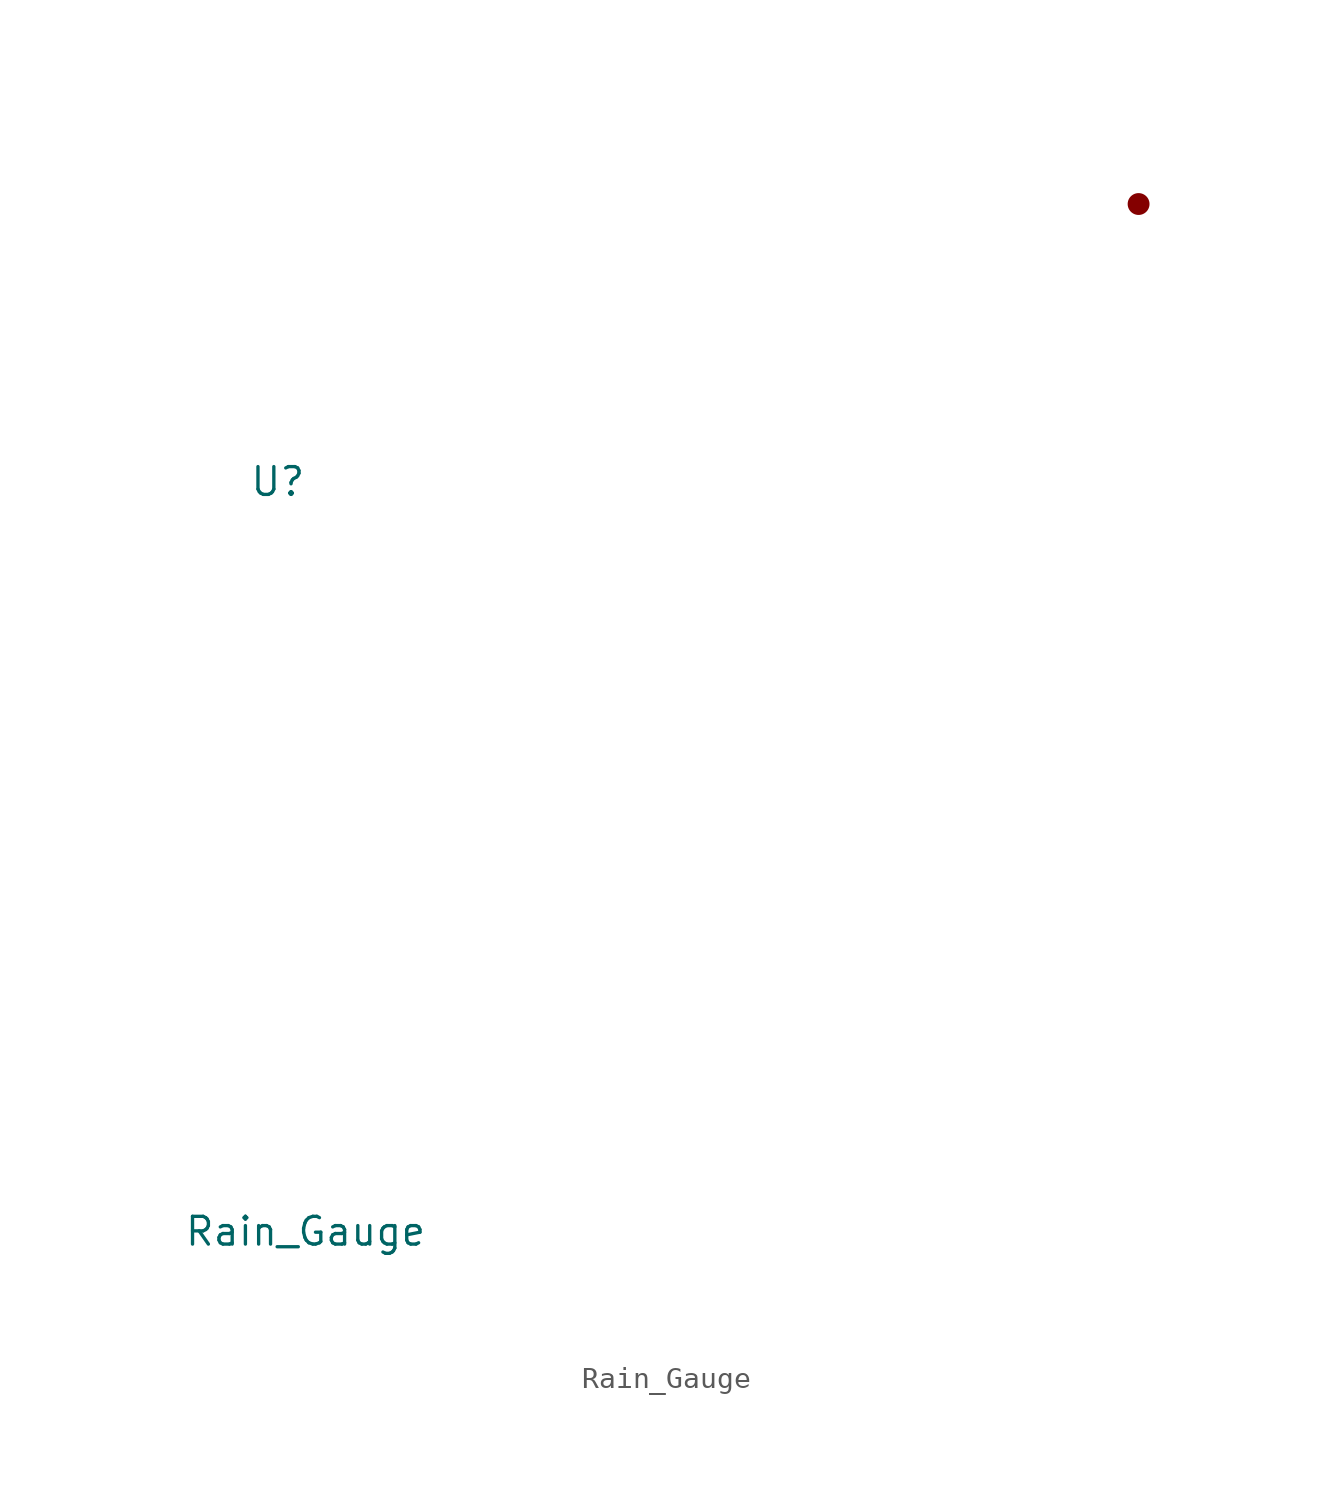
<source format=kicad_sym>
(kicad_symbol_lib
  (version 20211014)
  (generator kicad_symbol_editor)
  (symbol "Rain_Gauge"
    (property "Reference" "U"
      (at 0 20.32 0)
      (effects (font (size 1.27 1.27))))
    (property "Value" "Rain_Gauge"
      (at 1.27 -13.97 0)
      (effects (font (size 1.27 1.27))))
    (symbol "Rain_Gauge_0_1"
      (rectangle (start 39.37 33.02) (end 39.37 33.02) (stroke (width 0) (type default) (color 0 0 0 0)) (fill (type none)))
      (rectangle (start 39.37 33.02) (end 39.37 33.02) (stroke (width 0) (type default) (color 0 0 0 0)) (fill (type none)))
      (rectangle (start 39.37 33.02) (end 39.37 33.02) (stroke (width 0) (type default) (color 0 0 0 0)) (fill (type none)))
      (rectangle (start 39.37 33.02) (end 39.37 33.02) (stroke (width 0) (type default) (color 0 0 0 0)) (fill (type none)))
      (rectangle (start 39.37 33.02) (end 39.37 33.02) (stroke (width 0) (type default) (color 0 0 0 0)) (fill (type none)))
      (rectangle (start 39.37 33.02) (end 39.37 33.02) (stroke (width 0) (type default) (color 0 0 0 0)) (fill (type none)))
      (rectangle (start 39.37 33.02) (end 39.37 33.02) (stroke (width 0) (type default) (color 0 0 0 0)) (fill (type none)))
      (rectangle (start 39.37 33.02) (end 39.37 33.02) (stroke (width 0) (type default) (color 0 0 0 0)) (fill (type none)))
      (rectangle (start 39.37 33.02) (end 39.37 33.02) (stroke (width 0) (type default) (color 0 0 0 0)) (fill (type none)))
      (rectangle (start 39.37 33.02) (end 39.37 33.02) (stroke (width 0) (type default) (color 0 0 0 0)) (fill (type none)))
      (rectangle (start 39.37 33.02) (end 39.37 33.02) (stroke (width 0) (type default) (color 0 0 0 0)) (fill (type none)))
      (rectangle (start 39.37 33.02) (end 39.37 33.02) (stroke (width 0) (type default) (color 0 0 0 0)) (fill (type none)))
      (rectangle (start 39.37 33.02) (end 39.37 33.02) (stroke (width 0) (type default) (color 0 0 0 0)) (fill (type none)))
      (rectangle (start 39.37 33.02) (end 39.37 33.02) (stroke (width 0) (type default) (color 0 0 0 0)) (fill (type none)))
      (rectangle (start 39.37 33.02) (end 39.37 33.02) (stroke (width 0) (type default) (color 0 0 0 0)) (fill (type none)))
      (rectangle (start 39.37 33.02) (end 39.37 33.02) (stroke (width 0) (type default) (color 0 0 0 0)) (fill (type none)))
      (rectangle (start 39.37 33.02) (end 39.37 33.02) (stroke (width 0) (type default) (color 0 0 0 0)) (fill (type none)))
      (rectangle (start 39.37 33.02) (end 39.37 33.02) (stroke (width 0) (type default) (color 0 0 0 0)) (fill (type none)))
      (rectangle (start 39.37 33.02) (end 39.37 33.02) (stroke (width 0) (type default) (color 0 0 0 0)) (fill (type none)))
      (rectangle (start 39.37 33.02) (end 39.37 33.02) (stroke (width 0) (type default) (color 0 0 0 0)) (fill (type none)))
      (rectangle (start 39.37 33.02) (end 39.37 33.02) (stroke (width 0) (type default) (color 0 0 0 0)) (fill (type none)))
      (rectangle (start 39.37 33.02) (end 39.37 33.02) (stroke (width 0) (type default) (color 0 0 0 0)) (fill (type none)))
      (rectangle (start 39.37 33.02) (end 39.37 33.02) (stroke (width 0) (type default) (color 0 0 0 0)) (fill (type none)))
      (rectangle (start 39.37 33.02) (end 39.37 33.02) (stroke (width 0) (type default) (color 0 0 0 0)) (fill (type none)))
      (rectangle (start 39.37 33.02) (end 39.37 33.02) (stroke (width 0) (type default) (color 0 0 0 0)) (fill (type none)))
      (rectangle (start 39.37 33.02) (end 39.37 33.02) (stroke (width 0) (type default) (color 0 0 0 0)) (fill (type none)))
      (rectangle (start 39.37 33.02) (end 39.37 33.02) (stroke (width 0) (type default) (color 0 0 0 0)) (fill (type none)))
      (rectangle (start 39.37 33.02) (end 39.37 33.02) (stroke (width 0) (type default) (color 0 0 0 0)) (fill (type none)))
      (rectangle (start 39.37 33.02) (end 39.37 33.02) (stroke (width 0) (type default) (color 0 0 0 0)) (fill (type none)))
      (rectangle (start 39.37 33.02) (end 39.37 33.02) (stroke (width 0) (type default) (color 0 0 0 0)) (fill (type none)))
      (rectangle (start 39.37 33.02) (end 39.37 33.02) (stroke (width 0) (type default) (color 0 0 0 0)) (fill (type none)))
      (rectangle (start 39.37 33.02) (end 39.37 33.02) (stroke (width 0) (type default) (color 0 0 0 0)) (fill (type none)))
      (rectangle (start 39.37 33.02) (end 39.37 33.02) (stroke (width 0) (type default) (color 0 0 0 0)) (fill (type none)))
      (rectangle (start 39.37 33.02) (end 39.37 33.02) (stroke (width 0) (type default) (color 0 0 0 0)) (fill (type none)))
      (rectangle (start 39.37 33.02) (end 39.37 33.02) (stroke (width 0) (type default) (color 0 0 0 0)) (fill (type none)))
      (rectangle (start 39.37 33.02) (end 39.37 33.02) (stroke (width 0) (type default) (color 0 0 0 0)) (fill (type none)))
      (rectangle (start 39.37 33.02) (end 39.37 33.02) (stroke (width 0) (type default) (color 0 0 0 0)) (fill (type none)))
      (rectangle (start 39.37 33.02) (end 39.37 33.02) (stroke (width 0) (type default) (color 0 0 0 0)) (fill (type none)))
      (rectangle (start 39.37 33.02) (end 39.37 33.02) (stroke (width 0) (type default) (color 0 0 0 0)) (fill (type none)))
      (rectangle (start 39.37 33.02) (end 39.37 33.02) (stroke (width 0) (type default) (color 0 0 0 0)) (fill (type none)))
      (rectangle (start 39.37 33.02) (end 39.37 33.02) (stroke (width 0) (type default) (color 0 0 0 0)) (fill (type none)))
      (rectangle (start 39.37 33.02) (end 39.37 33.02) (stroke (width 0) (type default) (color 0 0 0 0)) (fill (type none)))
      (rectangle (start 39.37 33.02) (end 39.37 33.02) (stroke (width 0) (type default) (color 0 0 0 0)) (fill (type none)))
      (rectangle (start 39.37 33.02) (end 39.37 33.02) (stroke (width 0) (type default) (color 0 0 0 0)) (fill (type none)))
      (rectangle (start 39.37 33.02) (end 39.37 33.02) (stroke (width 0) (type default) (color 0 0 0 0)) (fill (type none)))
      (rectangle (start 39.37 33.02) (end 39.37 33.02) (stroke (width 0) (type default) (color 0 0 0 0)) (fill (type none)))
      (rectangle (start 39.37 33.02) (end 39.37 33.02) (stroke (width 0) (type default) (color 0 0 0 0)) (fill (type none)))
      (rectangle (start 39.37 33.02) (end 39.37 33.02) (stroke (width 0) (type default) (color 0 0 0 0)) (fill (type none)))
      (rectangle (start 39.37 33.02) (end 39.37 33.02) (stroke (width 0) (type default) (color 0 0 0 0)) (fill (type none)))
      (rectangle (start 39.37 33.02) (end 39.37 33.02) (stroke (width 0) (type default) (color 0 0 0 0)) (fill (type none)))
      (rectangle (start 39.37 33.02) (end 39.37 33.02) (stroke (width 0) (type default) (color 0 0 0 0)) (fill (type none)))
      (rectangle (start 39.37 33.02) (end 39.37 33.02) (stroke (width 0) (type default) (color 0 0 0 0)) (fill (type none)))
      (rectangle (start 39.37 33.02) (end 39.37 33.02) (stroke (width 0.127) (type default) (color 0 0 0 0)) (fill (type background)))
      (rectangle (start 39.37 33.02) (end 39.37 33.02) (stroke (width 1) (type default) (color 0 0 0 0)) (fill (type outline)))
      (arc (start 39.37 33.02) (mid 39.37 33.02) (end 39.37 33.02) (stroke (width 0) (type default) (color 0 0 0 0)) (fill (type none))))))
</source>
